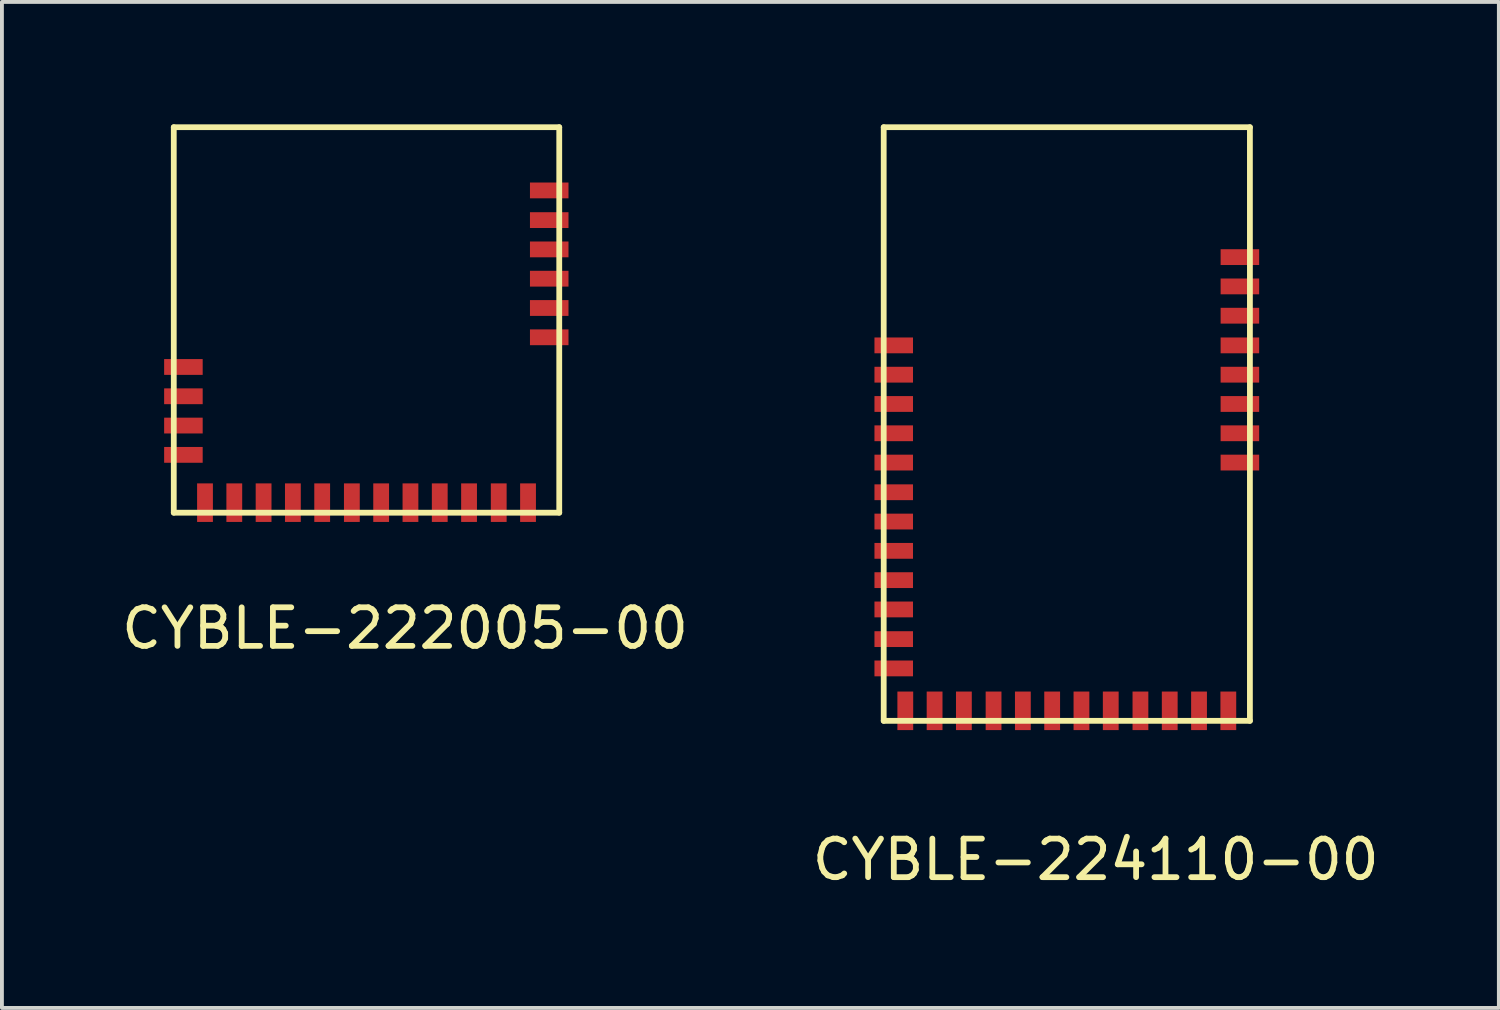
<source format=kicad_pcb>
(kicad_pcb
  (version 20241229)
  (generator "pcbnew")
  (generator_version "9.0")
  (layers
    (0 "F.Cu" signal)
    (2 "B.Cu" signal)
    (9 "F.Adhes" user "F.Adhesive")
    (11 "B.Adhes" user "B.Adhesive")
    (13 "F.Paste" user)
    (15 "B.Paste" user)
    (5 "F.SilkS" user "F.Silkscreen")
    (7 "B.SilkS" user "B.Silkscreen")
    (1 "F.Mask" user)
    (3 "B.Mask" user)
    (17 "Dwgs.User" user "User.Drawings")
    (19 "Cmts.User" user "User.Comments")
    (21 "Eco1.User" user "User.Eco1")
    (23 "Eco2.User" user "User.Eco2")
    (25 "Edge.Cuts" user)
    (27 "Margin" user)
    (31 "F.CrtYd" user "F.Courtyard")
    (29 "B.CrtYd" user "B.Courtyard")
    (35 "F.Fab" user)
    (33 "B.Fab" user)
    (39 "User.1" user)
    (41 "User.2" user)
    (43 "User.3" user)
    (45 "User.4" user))
  (footprint "CYBLE-222005-00"
    (layer "F.Cu")
    (at 11.458 0.25)
    (property "Reference" "CYBLE-222005-00" (at -4 13 0) (layer "F.SilkS") (effects (font (size 1 1) (thickness 0.15))))
    (attr through_hole)
    (fp_line (start -10 0) (end -10 10) (stroke (width 0.15) (type solid)) (layer "F.SilkS"))
    (fp_line (start -10 10) (end 0 10) (stroke (width 0.15) (type solid)) (layer "F.SilkS"))
    (fp_line (start 0 0) (end -10 0) (stroke (width 0.15) (type solid)) (layer "F.SilkS"))
    (fp_line (start 0 10) (end 0 0) (stroke (width 0.15) (type solid)) (layer "F.SilkS"))
    (pad "1" smd rect (at -0.26 1.64) (size 1 0.41) (layers "F.Cu" "F.Mask" "F.Paste"))
    (pad "2" smd rect (at -0.26 2.41) (size 1 0.41) (layers "F.Cu" "F.Mask" "F.Paste"))
    (pad "3" smd rect (at -0.26 3.17) (size 1 0.41) (layers "F.Cu" "F.Mask" "F.Paste"))
    (pad "4" smd rect (at -0.26 3.93) (size 1 0.41) (layers "F.Cu" "F.Mask" "F.Paste"))
    (pad "5" smd rect (at -0.26 4.69) (size 1 0.41) (layers "F.Cu" "F.Mask" "F.Paste"))
    (pad "6" smd rect (at -0.26 5.45) (size 1 0.41) (layers "F.Cu" "F.Mask" "F.Paste"))
    (pad "7" smd rect (at -0.81 9.74 90) (size 1 0.41) (layers "F.Cu" "F.Mask" "F.Paste"))
    (pad "8" smd rect (at -1.57 9.74 90) (size 1 0.41) (layers "F.Cu" "F.Mask" "F.Paste"))
    (pad "9" smd rect (at -2.34 9.74 90) (size 1 0.41) (layers "F.Cu" "F.Mask" "F.Paste"))
    (pad "10" smd rect (at -3.1 9.74 90) (size 1 0.41) (layers "F.Cu" "F.Mask" "F.Paste"))
    (pad "11" smd rect (at -3.86 9.74 90) (size 1 0.41) (layers "F.Cu" "F.Mask" "F.Paste"))
    (pad "12" smd rect (at -4.62 9.74 90) (size 1 0.41) (layers "F.Cu" "F.Mask" "F.Paste"))
    (pad "13" smd rect (at -5.38 9.74 90) (size 1 0.41) (layers "F.Cu" "F.Mask" "F.Paste"))
    (pad "14" smd rect (at -6.15 9.74 90) (size 1 0.41) (layers "F.Cu" "F.Mask" "F.Paste"))
    (pad "15" smd rect (at -6.91 9.74 90) (size 1 0.41) (layers "F.Cu" "F.Mask" "F.Paste"))
    (pad "16" smd rect (at -7.67 9.74 90) (size 1 0.41) (layers "F.Cu" "F.Mask" "F.Paste"))
    (pad "17" smd rect (at -8.43 9.74 90) (size 1 0.41) (layers "F.Cu" "F.Mask" "F.Paste"))
    (pad "18" smd rect (at -9.19 9.74 90) (size 1 0.41) (layers "F.Cu" "F.Mask" "F.Paste"))
    (pad "19" smd rect (at -9.75 8.5) (size 1 0.41) (layers "F.Cu" "F.Mask" "F.Paste"))
    (pad "20" smd rect (at -9.75 7.74) (size 1 0.41) (layers "F.Cu" "F.Mask" "F.Paste"))
    (pad "21" smd rect (at -9.75 6.98) (size 1 0.41) (layers "F.Cu" "F.Mask" "F.Paste"))
    (pad "22" smd rect (at -9.75 6.22) (size 1 0.41) (layers "F.Cu" "F.Mask" "F.Paste")))
  (footprint "CYBLE-224110-00"
    (layer "F.Cu")
    (at 29.375 0.25)
    (property "Reference" "CYBLE-224110-00" (at -4 19 0) (layer "F.SilkS") (effects (font (size 1 1) (thickness 0.15))))
    (attr through_hole)
    (fp_line (start -9.5 0) (end -9.5 15.4) (stroke (width 0.15) (type solid)) (layer "F.SilkS"))
    (fp_line (start -9.5 15.4) (end 0 15.4) (stroke (width 0.15) (type solid)) (layer "F.SilkS"))
    (fp_line (start 0 0) (end -9.5 0) (stroke (width 0.15) (type solid)) (layer "F.SilkS"))
    (fp_line (start 0 15.4) (end 0 0) (stroke (width 0.15) (type solid)) (layer "F.SilkS"))
    (pad "1" smd rect (at -0.26 3.37) (size 1 0.41) (layers "F.Cu" "F.Mask" "F.Paste"))
    (pad "2" smd rect (at -0.26 4.13) (size 1 0.41) (layers "F.Cu" "F.Mask" "F.Paste"))
    (pad "3" smd rect (at -0.26 4.89) (size 1 0.41) (layers "F.Cu" "F.Mask" "F.Paste"))
    (pad "4" smd rect (at -0.26 5.66) (size 1 0.41) (layers "F.Cu" "F.Mask" "F.Paste"))
    (pad "5" smd rect (at -0.26 6.42) (size 1 0.41) (layers "F.Cu" "F.Mask" "F.Paste"))
    (pad "6" smd rect (at -0.26 7.18) (size 1 0.41) (layers "F.Cu" "F.Mask" "F.Paste"))
    (pad "7" smd rect (at -0.26 7.94) (size 1 0.41) (layers "F.Cu" "F.Mask" "F.Paste"))
    (pad "8" smd rect (at -0.26 8.7) (size 1 0.41) (layers "F.Cu" "F.Mask" "F.Paste"))
    (pad "9" smd rect (at -0.56 15.14 90) (size 1 0.41) (layers "F.Cu" "F.Mask" "F.Paste"))
    (pad "10" smd rect (at -1.32 15.14 90) (size 1 0.41) (layers "F.Cu" "F.Mask" "F.Paste"))
    (pad "11" smd rect (at -2.08 15.14 90) (size 1 0.41) (layers "F.Cu" "F.Mask" "F.Paste"))
    (pad "12" smd rect (at -2.84 15.14 90) (size 1 0.41) (layers "F.Cu" "F.Mask" "F.Paste"))
    (pad "13" smd rect (at -3.61 15.14 90) (size 1 0.41) (layers "F.Cu" "F.Mask" "F.Paste"))
    (pad "14" smd rect (at -4.37 15.14 90) (size 1 0.41) (layers "F.Cu" "F.Mask" "F.Paste"))
    (pad "15" smd rect (at -5.13 15.14 90) (size 1 0.41) (layers "F.Cu" "F.Mask" "F.Paste"))
    (pad "16" smd rect (at -5.89 15.14 90) (size 1 0.41) (layers "F.Cu" "F.Mask" "F.Paste"))
    (pad "17" smd rect (at -6.65 15.14 90) (size 1 0.41) (layers "F.Cu" "F.Mask" "F.Paste"))
    (pad "18" smd rect (at -7.42 15.14 90) (size 1 0.41) (layers "F.Cu" "F.Mask" "F.Paste"))
    (pad "19" smd rect (at -8.18 15.14 90) (size 1 0.41) (layers "F.Cu" "F.Mask" "F.Paste"))
    (pad "20" smd rect (at -8.94 15.14 90) (size 1 0.41) (layers "F.Cu" "F.Mask" "F.Paste"))
    (pad "21" smd rect (at -9.24 14.04) (size 1 0.41) (layers "F.Cu" "F.Mask" "F.Paste"))
    (pad "22" smd rect (at -9.24 13.28) (size 1 0.41) (layers "F.Cu" "F.Mask" "F.Paste"))
    (pad "23" smd rect (at -9.24 12.51) (size 1 0.41) (layers "F.Cu" "F.Mask" "F.Paste"))
    (pad "24" smd rect (at -9.24 11.75) (size 1 0.41) (layers "F.Cu" "F.Mask" "F.Paste"))
    (pad "25" smd rect (at -9.24 10.99) (size 1 0.41) (layers "F.Cu" "F.Mask" "F.Paste"))
    (pad "26" smd rect (at -9.24 10.23) (size 1 0.41) (layers "F.Cu" "F.Mask" "F.Paste"))
    (pad "27" smd rect (at -9.24 9.47) (size 1 0.41) (layers "F.Cu" "F.Mask" "F.Paste"))
    (pad "28" smd rect (at -9.24 8.7) (size 1 0.41) (layers "F.Cu" "F.Mask" "F.Paste"))
    (pad "29" smd rect (at -9.24 7.94) (size 1 0.41) (layers "F.Cu" "F.Mask" "F.Paste"))
    (pad "30" smd rect (at -9.24 7.18) (size 1 0.41) (layers "F.Cu" "F.Mask" "F.Paste"))
    (pad "31" smd rect (at -9.24 6.42) (size 1 0.41) (layers "F.Cu" "F.Mask" "F.Paste"))
    (pad "32" smd rect (at -9.24 5.66) (size 1 0.41) (layers "F.Cu" "F.Mask" "F.Paste")))
  (gr_rect
    (start -3 -3)
    (end 35.833 23.098)
    (stroke (width 0.1) (type default))
    (fill no)
    (layer "Edge.Cuts")))
</source>
